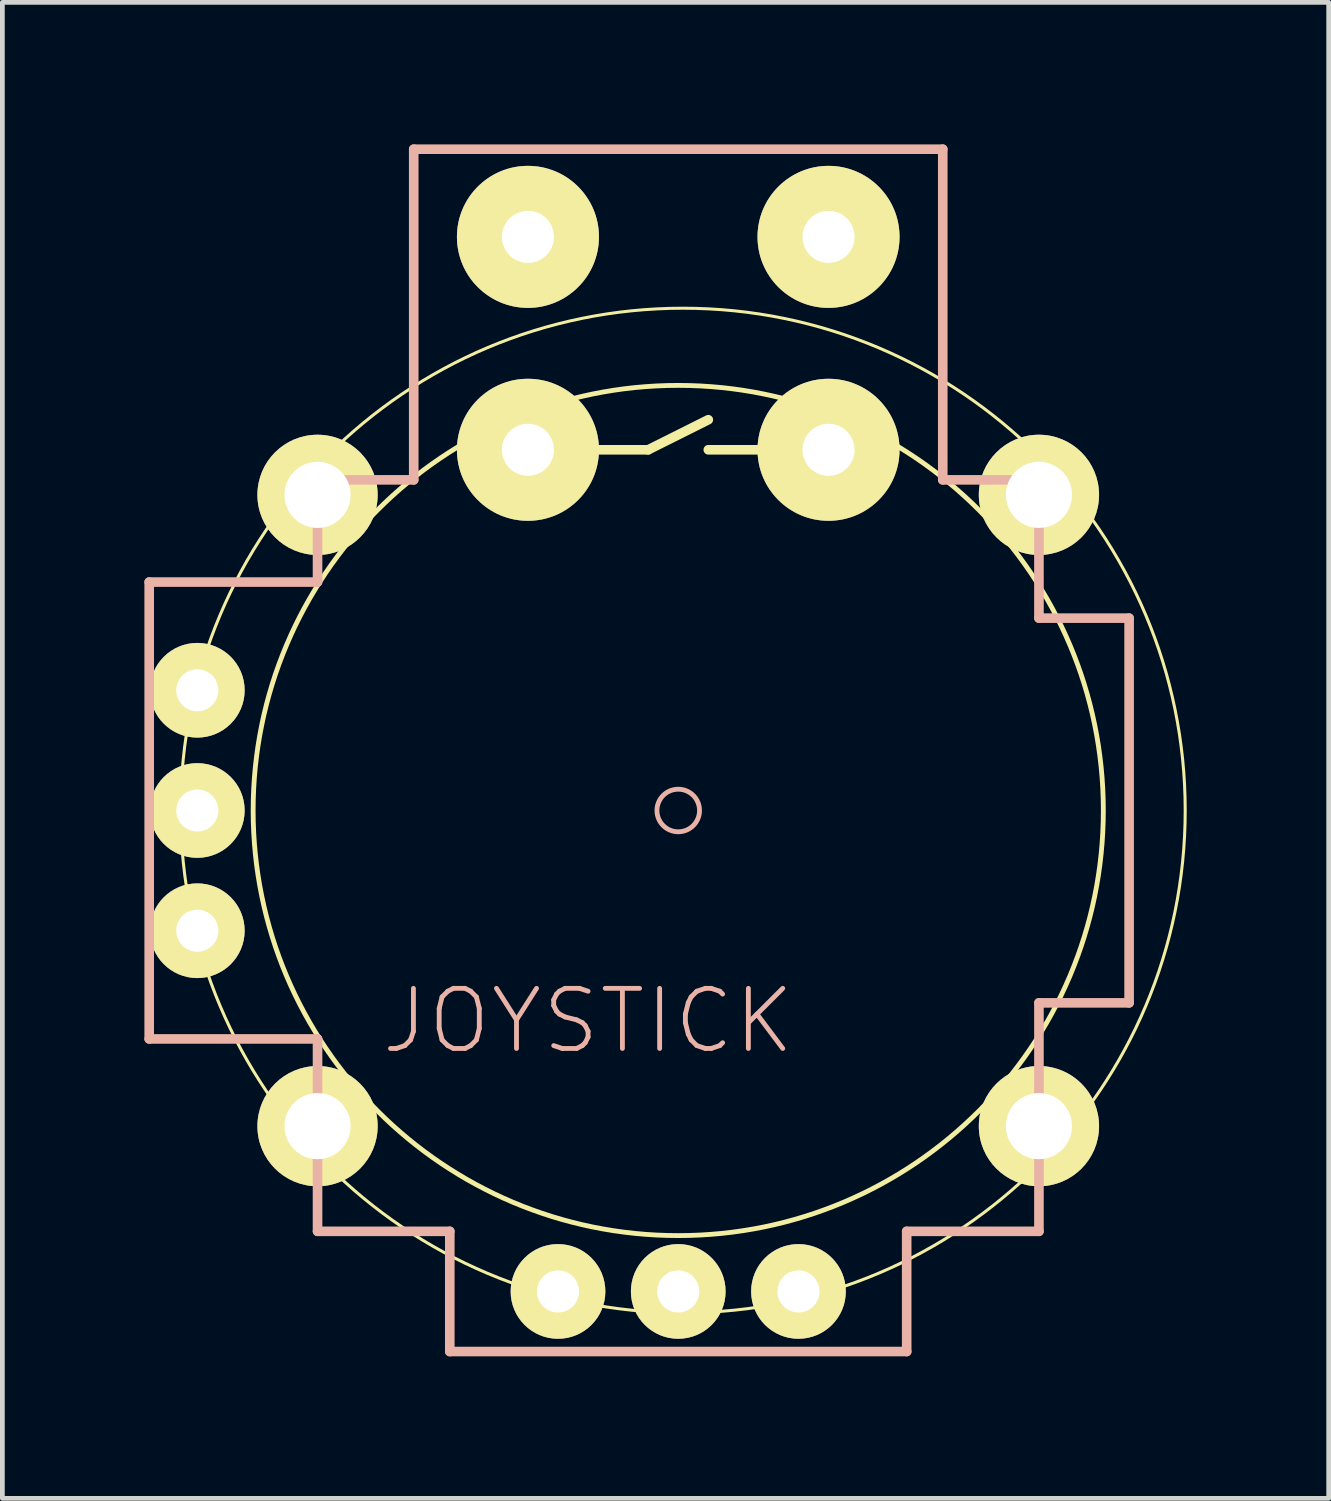
<source format=kicad_pcb>
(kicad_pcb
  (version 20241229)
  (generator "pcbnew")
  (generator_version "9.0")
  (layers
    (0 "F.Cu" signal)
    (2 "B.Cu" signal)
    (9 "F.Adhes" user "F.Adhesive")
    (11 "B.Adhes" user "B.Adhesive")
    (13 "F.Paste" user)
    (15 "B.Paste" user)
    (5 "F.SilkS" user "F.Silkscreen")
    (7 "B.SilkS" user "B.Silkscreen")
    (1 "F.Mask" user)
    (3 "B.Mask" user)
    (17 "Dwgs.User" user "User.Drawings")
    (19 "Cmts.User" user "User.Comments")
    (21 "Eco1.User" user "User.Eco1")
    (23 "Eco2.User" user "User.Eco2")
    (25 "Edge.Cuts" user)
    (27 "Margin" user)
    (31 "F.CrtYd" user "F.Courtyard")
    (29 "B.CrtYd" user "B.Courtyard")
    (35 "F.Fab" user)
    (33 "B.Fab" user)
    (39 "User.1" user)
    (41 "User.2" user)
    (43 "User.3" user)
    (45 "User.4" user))
  (footprint "JOYSTICK"
    (layer "F.Cu")
    (at 11.278 14.072)
    (property "Reference" "JOYSTICK" (at -1.905 4.445 0) (layer "B.SilkS") (effects (font (size 1.27 1.27) (thickness 0.102))))
    (attr exclude_from_pos_files exclude_from_bom)
    (fp_line (start -1.905 -7.62) (end -0.635 -7.62) (stroke (width 0.203) (type solid)) (layer "F.SilkS"))
    (fp_line (start -0.635 -7.62) (end 0.635 -8.255) (stroke (width 0.203) (type solid)) (layer "F.SilkS"))
    (fp_line (start 0.635 -7.62) (end 1.905 -7.62) (stroke (width 0.203) (type solid)) (layer "F.SilkS"))
    (fp_circle (center 0 0) (end -6.35 6.35) (stroke (width 0.102) (type solid)) (fill no) (layer "F.SilkS"))
    (fp_circle (center 0.099 0) (end 7.602 7.503) (stroke (width 0.064) (type solid)) (fill no) (layer "F.SilkS"))
    (fp_line (start -11.176 -4.826) (end -11.176 4.826) (stroke (width 0.203) (type solid)) (layer "B.SilkS"))
    (fp_line (start -7.62 -4.826) (end -11.176 -4.826) (stroke (width 0.203) (type solid)) (layer "B.SilkS"))
    (fp_line (start -7.62 -4.826) (end -7.62 -6.985) (stroke (width 0.203) (type solid)) (layer "B.SilkS"))
    (fp_line (start -7.62 4.826) (end -11.176 4.826) (stroke (width 0.203) (type solid)) (layer "B.SilkS"))
    (fp_line (start -7.62 4.826) (end -7.62 8.89) (stroke (width 0.203) (type solid)) (layer "B.SilkS"))
    (fp_line (start -5.588 -13.97) (end -5.588 -6.985) (stroke (width 0.203) (type solid)) (layer "B.SilkS"))
    (fp_line (start -5.588 -6.985) (end -7.62 -6.985) (stroke (width 0.203) (type solid)) (layer "B.SilkS"))
    (fp_line (start -4.826 8.89) (end -7.62 8.89) (stroke (width 0.203) (type solid)) (layer "B.SilkS"))
    (fp_line (start -4.826 11.43) (end -4.826 8.89) (stroke (width 0.203) (type solid)) (layer "B.SilkS"))
    (fp_line (start 4.826 8.89) (end 7.62 8.89) (stroke (width 0.203) (type solid)) (layer "B.SilkS"))
    (fp_line (start 4.826 11.43) (end -4.826 11.43) (stroke (width 0.203) (type solid)) (layer "B.SilkS"))
    (fp_line (start 4.826 11.43) (end 4.826 8.89) (stroke (width 0.203) (type solid)) (layer "B.SilkS"))
    (fp_line (start 5.588 -13.97) (end -5.588 -13.97) (stroke (width 0.203) (type solid)) (layer "B.SilkS"))
    (fp_line (start 5.588 -13.97) (end 5.588 -6.985) (stroke (width 0.203) (type solid)) (layer "B.SilkS"))
    (fp_line (start 7.62 -6.985) (end 5.588 -6.985) (stroke (width 0.203) (type solid)) (layer "B.SilkS"))
    (fp_line (start 7.62 -4.064) (end 7.62 -6.985) (stroke (width 0.203) (type solid)) (layer "B.SilkS"))
    (fp_line (start 7.62 -4.064) (end 9.525 -4.064) (stroke (width 0.203) (type solid)) (layer "B.SilkS"))
    (fp_line (start 7.62 4.064) (end 7.62 8.89) (stroke (width 0.203) (type solid)) (layer "B.SilkS"))
    (fp_line (start 7.62 4.064) (end 9.525 4.064) (stroke (width 0.203) (type solid)) (layer "B.SilkS"))
    (fp_line (start 9.525 -4.064) (end 9.525 4.064) (stroke (width 0.203) (type solid)) (layer "B.SilkS"))
    (fp_circle (center 0 0) (end -0.318 0.318) (stroke (width 0.102) (type solid)) (fill no) (layer "B.SilkS"))
    (pad "B1A" thru_hole oval (at -3.175 -12.118 90) (size 3 3) (drill 1.1) (layers "*.Cu" "F.Mask" "F.SilkS" "F.Paste"))
    (pad "B1B" thru_hole oval (at 3.175 -12.118 90) (size 3 3) (drill 1.1) (layers "*.Cu" "F.Mask" "F.SilkS" "F.Paste"))
    (pad "B2A" thru_hole oval (at -3.175 -7.62 90) (size 3 3) (drill 1.1) (layers "*.Cu" "F.Mask" "F.SilkS" "F.Paste"))
    (pad "B2B" thru_hole oval (at 3.175 -7.62 90) (size 3 3) (drill 1.1) (layers "*.Cu" "F.Mask" "F.SilkS" "F.Paste"))
    (pad "H1" thru_hole circle (at -2.54 10.16 90) (size 2 2) (drill 0.889) (layers "*.Cu" "F.Mask" "F.SilkS" "F.Paste"))
    (pad "H2" thru_hole circle (at 0 10.16 90) (size 2 2) (drill 0.889) (layers "*.Cu" "F.Mask" "F.SilkS" "F.Paste"))
    (pad "H3" thru_hole circle (at 2.54 10.16 90) (size 2 2) (drill 0.889) (layers "*.Cu" "F.Mask" "F.SilkS" "F.Paste"))
    (pad "MOUN" thru_hole circle (at -7.62 -6.668 90) (size 2.54 2.54) (drill 1.397) (layers "*.Cu" "F.Mask" "F.SilkS" "F.Paste"))
    (pad "MOUN" thru_hole circle (at -7.62 6.668 90) (size 2.54 2.54) (drill 1.397) (layers "*.Cu" "F.Mask" "F.SilkS" "F.Paste"))
    (pad "MOUN" thru_hole circle (at 7.62 -6.668 90) (size 2.54 2.54) (drill 1.397) (layers "*.Cu" "F.Mask" "F.SilkS" "F.Paste"))
    (pad "MOUN" thru_hole circle (at 7.62 6.668 90) (size 2.54 2.54) (drill 1.397) (layers "*.Cu" "F.Mask" "F.SilkS" "F.Paste"))
    (pad "V1" thru_hole circle (at -10.16 -2.54 90) (size 2 2) (drill 0.889) (layers "*.Cu" "F.Mask" "F.SilkS" "F.Paste"))
    (pad "V2" thru_hole circle (at -10.16 0 90) (size 2 2) (drill 0.889) (layers "*.Cu" "F.Mask" "F.SilkS" "F.Paste"))
    (pad "V3" thru_hole circle (at -10.16 2.54 90) (size 2 2) (drill 0.889) (layers "*.Cu" "F.Mask" "F.SilkS" "F.Paste")))
  (gr_rect
    (start -3 -3)
    (end 25.019 28.603)
    (stroke (width 0.1) (type default))
    (fill no)
    (layer "Edge.Cuts")))
</source>
